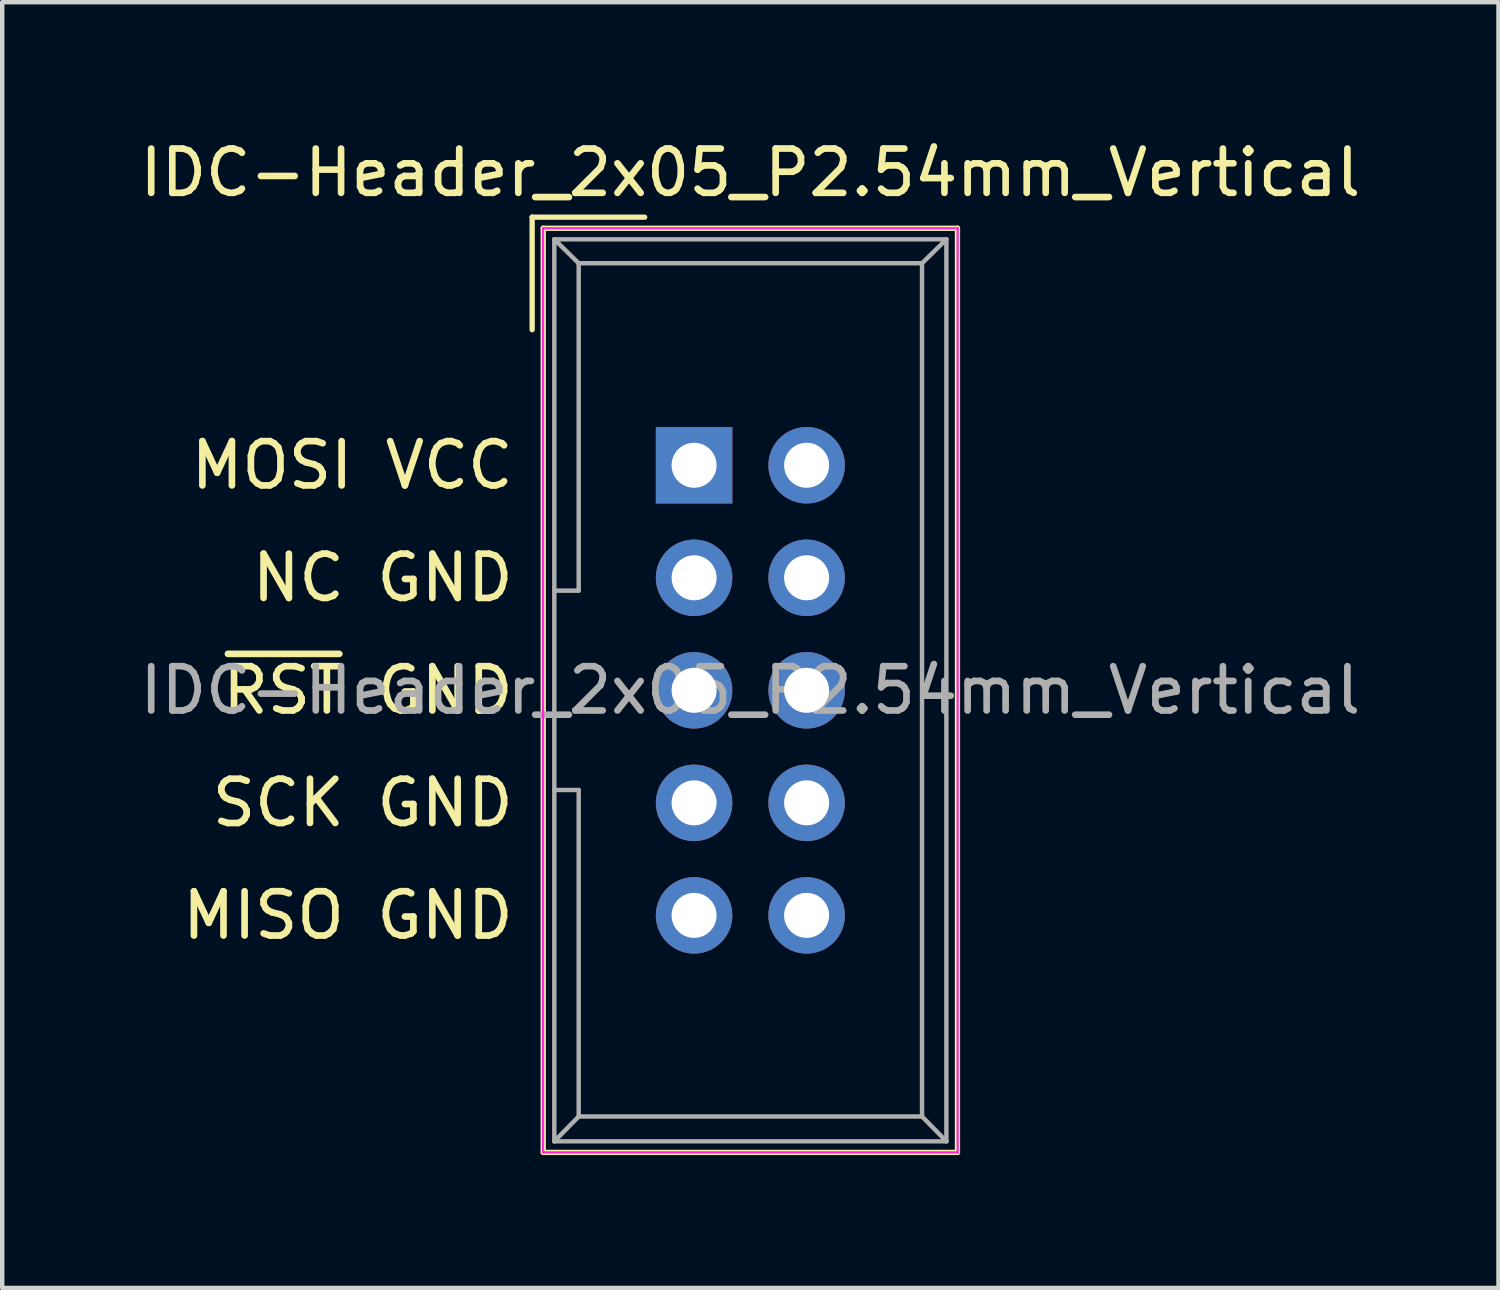
<source format=kicad_pcb>
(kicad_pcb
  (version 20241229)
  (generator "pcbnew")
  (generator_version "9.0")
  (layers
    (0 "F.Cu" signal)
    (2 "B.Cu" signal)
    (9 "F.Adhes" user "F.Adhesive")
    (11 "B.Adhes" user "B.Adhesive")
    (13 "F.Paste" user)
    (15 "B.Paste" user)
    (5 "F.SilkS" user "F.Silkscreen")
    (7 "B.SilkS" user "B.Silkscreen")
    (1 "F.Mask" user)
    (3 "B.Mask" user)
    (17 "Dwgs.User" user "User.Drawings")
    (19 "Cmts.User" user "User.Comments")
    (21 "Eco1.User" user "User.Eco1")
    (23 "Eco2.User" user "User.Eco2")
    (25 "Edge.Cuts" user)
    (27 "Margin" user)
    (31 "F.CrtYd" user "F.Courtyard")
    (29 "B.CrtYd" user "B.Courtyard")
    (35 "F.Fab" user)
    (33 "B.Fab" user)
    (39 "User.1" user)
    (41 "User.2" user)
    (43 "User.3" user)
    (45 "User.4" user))
  (footprint "IDC-Header_2x05_P2.54mm_Vertical"
    (layer "F.Cu")
    (at 12.617 7.452)
    (property "Reference" "IDC-Header_2x05_P2.54mm_Vertical" (at 1.27 -6.604 0) (layer "F.SilkS") (effects (font (size 1 1) (thickness 0.15))))
    (attr through_hole)
    (fp_line (start -3.655 -5.6) (end -3.655 -3.06) (stroke (width 0.12) (type solid)) (layer "F.SilkS"))
    (fp_line (start -3.655 -5.6) (end -1.115 -5.6) (stroke (width 0.12) (type solid)) (layer "F.SilkS"))
    (fp_line (start -3.405 -5.35) (end 5.945 -5.35) (stroke (width 0.12) (type solid)) (layer "F.SilkS"))
    (fp_line (start -3.405 15.51) (end -3.405 -5.35) (stroke (width 0.12) (type solid)) (layer "F.SilkS"))
    (fp_line (start 5.945 -5.35) (end 5.945 15.51) (stroke (width 0.12) (type solid)) (layer "F.SilkS"))
    (fp_line (start 5.945 15.51) (end -3.405 15.51) (stroke (width 0.12) (type solid)) (layer "F.SilkS"))
    (fp_line (start -3.41 -5.35) (end 5.95 -5.35) (stroke (width 0.05) (type solid)) (layer "F.CrtYd"))
    (fp_line (start -3.41 15.51) (end -3.41 -5.35) (stroke (width 0.05) (type solid)) (layer "F.CrtYd"))
    (fp_line (start 5.95 -5.35) (end 5.95 15.51) (stroke (width 0.05) (type solid)) (layer "F.CrtYd"))
    (fp_line (start 5.95 15.51) (end -3.41 15.51) (stroke (width 0.05) (type solid)) (layer "F.CrtYd"))
    (fp_line (start -3.155 -5.1) (end -3.155 15.26) (stroke (width 0.1) (type solid)) (layer "F.Fab"))
    (fp_line (start -3.155 -5.1) (end -2.605 -4.56) (stroke (width 0.1) (type solid)) (layer "F.Fab"))
    (fp_line (start -3.155 15.26) (end -2.605 14.7) (stroke (width 0.1) (type solid)) (layer "F.Fab"))
    (fp_line (start -2.605 -4.56) (end -2.605 2.83) (stroke (width 0.1) (type solid)) (layer "F.Fab"))
    (fp_line (start -2.605 2.83) (end -3.155 2.83) (stroke (width 0.1) (type solid)) (layer "F.Fab"))
    (fp_line (start -2.605 7.33) (end -3.155 7.33) (stroke (width 0.1) (type solid)) (layer "F.Fab"))
    (fp_line (start -2.605 7.33) (end -2.605 14.7) (stroke (width 0.1) (type solid)) (layer "F.Fab"))
    (fp_line (start 5.145 -4.56) (end -2.605 -4.56) (stroke (width 0.1) (type solid)) (layer "F.Fab"))
    (fp_line (start 5.145 -4.56) (end 5.145 14.7) (stroke (width 0.1) (type solid)) (layer "F.Fab"))
    (fp_line (start 5.145 14.7) (end -2.605 14.7) (stroke (width 0.1) (type solid)) (layer "F.Fab"))
    (fp_line (start 5.695 -5.1) (end -3.155 -5.1) (stroke (width 0.1) (type solid)) (layer "F.Fab"))
    (fp_line (start 5.695 -5.1) (end 5.145 -4.56) (stroke (width 0.1) (type solid)) (layer "F.Fab"))
    (fp_line (start 5.695 -5.1) (end 5.695 15.26) (stroke (width 0.1) (type solid)) (layer "F.Fab"))
    (fp_line (start 5.695 15.26) (end -3.155 15.26) (stroke (width 0.1) (type solid)) (layer "F.Fab"))
    (fp_line (start 5.695 15.26) (end 5.145 14.7) (stroke (width 0.1) (type solid)) (layer "F.Fab"))
    (fp_text user "SCK GND" (at -4 7.62 0) (layer "F.SilkS") (effects (font (size 1 1) (thickness 0.15)) (justify right)))
    (fp_text user "MOSI VCC" (at -4 0 0) (layer "F.SilkS") (effects (font (size 1 1) (thickness 0.15)) (justify right)))
    (fp_text user "NC GND" (at -4 2.54 0) (layer "F.SilkS") (effects (font (size 1 1) (thickness 0.15)) (justify right)))
    (fp_text user "MISO GND" (at -4 10.16 0) (layer "F.SilkS") (effects (font (size 1 1) (thickness 0.15)) (justify right)))
    (fp_text user "~{RST} GND" (at -4 5.08 0) (layer "F.SilkS") (effects (font (size 1 1) (thickness 0.15)) (justify right)))
    (fp_text user "${REFERENCE}" (at 1.27 5.08 0) (layer "F.Fab") (effects (font (size 1 1) (thickness 0.15))))
    (pad "1" thru_hole rect (at 0 0) (size 1.727 1.727) (drill 1.016) (layers "*.Cu" "*.Mask"))
    (pad "2" thru_hole oval (at 2.54 0) (size 1.727 1.727) (drill 1.016) (layers "*.Cu" "*.Mask"))
    (pad "3" thru_hole oval (at 0 2.54) (size 1.727 1.727) (drill 1.016) (layers "*.Cu" "*.Mask"))
    (pad "4" thru_hole oval (at 2.54 2.54) (size 1.727 1.727) (drill 1.016) (layers "*.Cu" "*.Mask"))
    (pad "5" thru_hole oval (at 0 5.08) (size 1.727 1.727) (drill 1.016) (layers "*.Cu" "*.Mask"))
    (pad "6" thru_hole oval (at 2.54 5.08) (size 1.727 1.727) (drill 1.016) (layers "*.Cu" "*.Mask"))
    (pad "7" thru_hole oval (at 0 7.62) (size 1.727 1.727) (drill 1.016) (layers "*.Cu" "*.Mask"))
    (pad "8" thru_hole oval (at 2.54 7.62) (size 1.727 1.727) (drill 1.016) (layers "*.Cu" "*.Mask"))
    (pad "9" thru_hole oval (at 0 10.16) (size 1.727 1.727) (drill 1.016) (layers "*.Cu" "*.Mask"))
    (pad "10" thru_hole oval (at 2.54 10.16) (size 1.727 1.727) (drill 1.016) (layers "*.Cu" "*.Mask")))
  (gr_rect
    (start -3 -3)
    (end 30.774 26.022)
    (stroke (width 0.1) (type default))
    (fill no)
    (layer "Edge.Cuts")))
</source>
